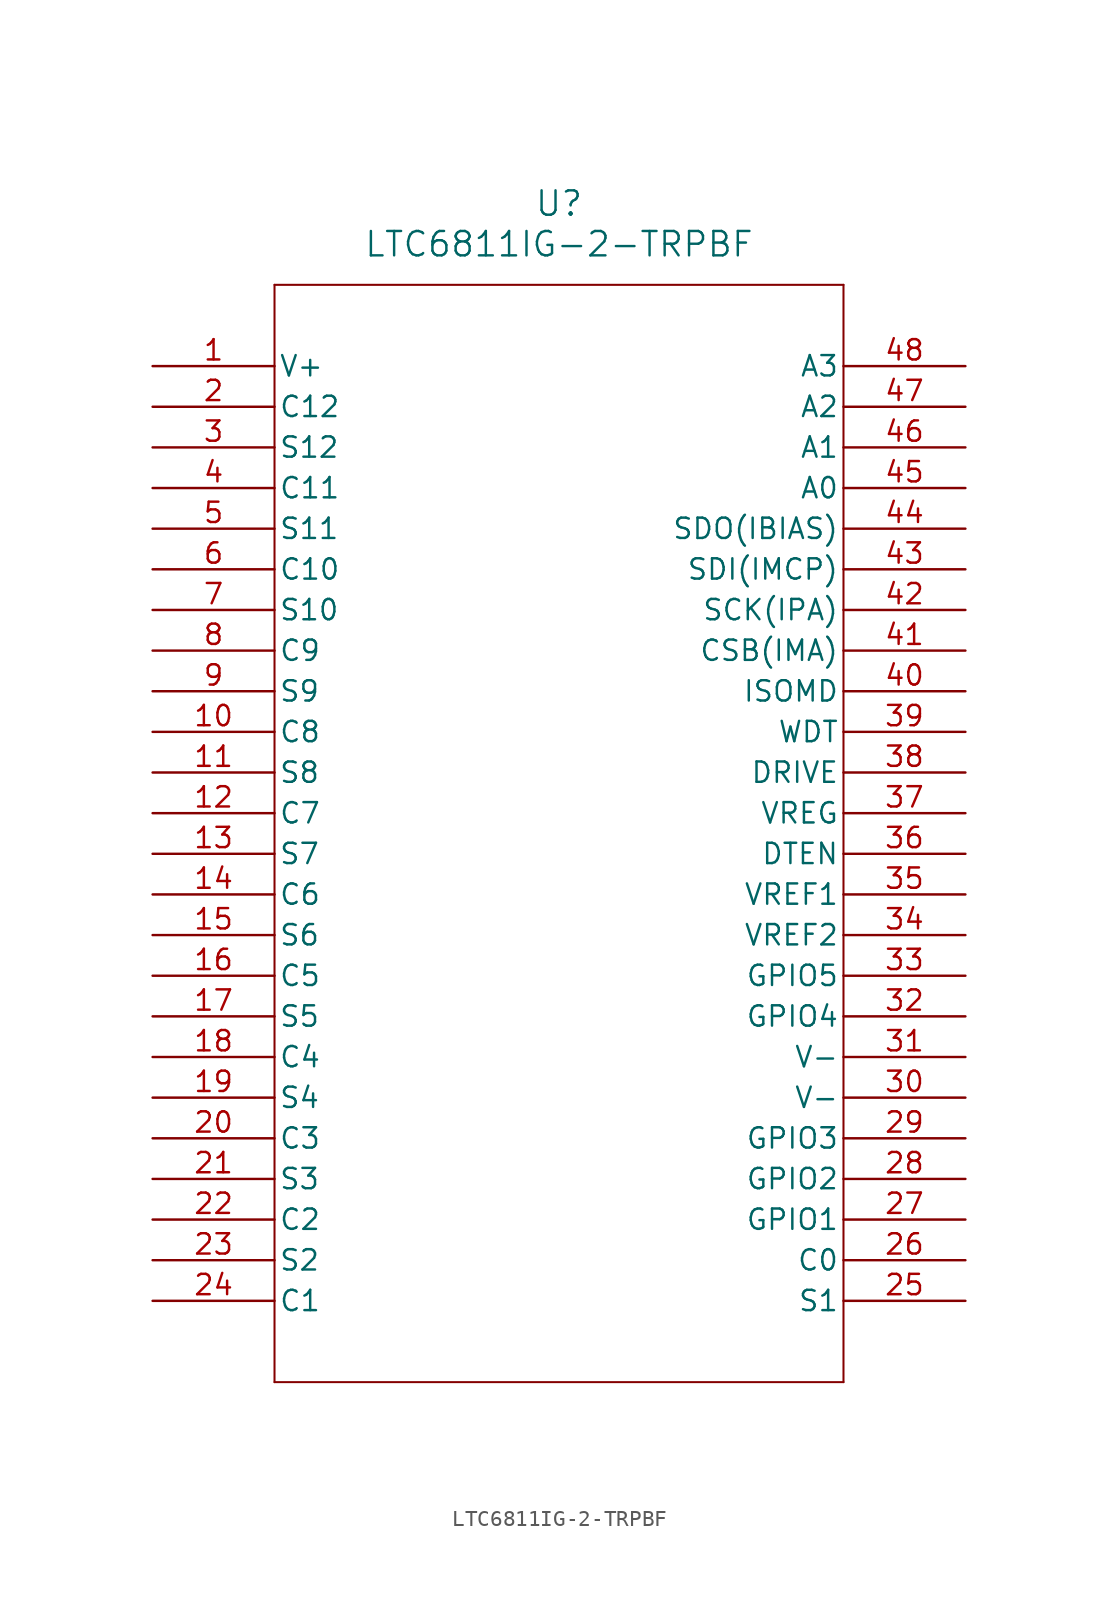
<source format=kicad_sym>
(kicad_symbol_lib
  (version 20231120)
  (generator "kicad_symbol_editor")
  (generator_version "8.0")
  (symbol "LTC6811IG-2-TRPBF"
    (pin_names
      (offset 0.254))
    (property "Reference" "U"
      (at 25.4 10.16 0)
      (effects (font (size 1.524 1.524))))
    (property "Value" "LTC6811IG-2-TRPBF"
      (at 25.4 7.62 0)
      (effects (font (size 1.524 1.524))))
    (symbol "LTC6811IG-2-TRPBF_0_1"
      (polyline (pts (xy 7.62 -63.5) (xy 43.18 -63.5)) (stroke (width 0.127) (type default)) (fill (type none)))
      (polyline (pts (xy 7.62 5.08) (xy 7.62 -63.5)) (stroke (width 0.127) (type default)) (fill (type none)))
      (polyline (pts (xy 43.18 -63.5) (xy 43.18 5.08)) (stroke (width 0.127) (type default)) (fill (type none)))
      (polyline (pts (xy 43.18 5.08) (xy 7.62 5.08)) (stroke (width 0.127) (type default)) (fill (type none)))
      (pin power_in line (at 0 0 0) (length 7.62) (name "V+" (effects (font (size 1.27 1.27)))) (number "1" (effects (font (size 1.27 1.27)))))
      (pin input line (at 0 -22.86 0) (length 7.62) (name "C8" (effects (font (size 1.27 1.27)))) (number "10" (effects (font (size 1.27 1.27)))))
      (pin bidirectional line (at 0 -25.4 0) (length 7.62) (name "S8" (effects (font (size 1.27 1.27)))) (number "11" (effects (font (size 1.27 1.27)))))
      (pin input line (at 0 -27.94 0) (length 7.62) (name "C7" (effects (font (size 1.27 1.27)))) (number "12" (effects (font (size 1.27 1.27)))))
      (pin bidirectional line (at 0 -30.48 0) (length 7.62) (name "S7" (effects (font (size 1.27 1.27)))) (number "13" (effects (font (size 1.27 1.27)))))
      (pin input line (at 0 -33.02 0) (length 7.62) (name "C6" (effects (font (size 1.27 1.27)))) (number "14" (effects (font (size 1.27 1.27)))))
      (pin bidirectional line (at 0 -35.56 0) (length 7.62) (name "S6" (effects (font (size 1.27 1.27)))) (number "15" (effects (font (size 1.27 1.27)))))
      (pin input line (at 0 -38.1 0) (length 7.62) (name "C5" (effects (font (size 1.27 1.27)))) (number "16" (effects (font (size 1.27 1.27)))))
      (pin bidirectional line (at 0 -40.64 0) (length 7.62) (name "S5" (effects (font (size 1.27 1.27)))) (number "17" (effects (font (size 1.27 1.27)))))
      (pin input line (at 0 -43.18 0) (length 7.62) (name "C4" (effects (font (size 1.27 1.27)))) (number "18" (effects (font (size 1.27 1.27)))))
      (pin bidirectional line (at 0 -45.72 0) (length 7.62) (name "S4" (effects (font (size 1.27 1.27)))) (number "19" (effects (font (size 1.27 1.27)))))
      (pin input line (at 0 -2.54 0) (length 7.62) (name "C12" (effects (font (size 1.27 1.27)))) (number "2" (effects (font (size 1.27 1.27)))))
      (pin input line (at 0 -48.26 0) (length 7.62) (name "C3" (effects (font (size 1.27 1.27)))) (number "20" (effects (font (size 1.27 1.27)))))
      (pin bidirectional line (at 0 -50.8 0) (length 7.62) (name "S3" (effects (font (size 1.27 1.27)))) (number "21" (effects (font (size 1.27 1.27)))))
      (pin input line (at 0 -53.34 0) (length 7.62) (name "C2" (effects (font (size 1.27 1.27)))) (number "22" (effects (font (size 1.27 1.27)))))
      (pin bidirectional line (at 0 -55.88 0) (length 7.62) (name "S2" (effects (font (size 1.27 1.27)))) (number "23" (effects (font (size 1.27 1.27)))))
      (pin input line (at 0 -58.42 0) (length 7.62) (name "C1" (effects (font (size 1.27 1.27)))) (number "24" (effects (font (size 1.27 1.27)))))
      (pin bidirectional line (at 50.8 -58.42 180) (length 7.62) (name "S1" (effects (font (size 1.27 1.27)))) (number "25" (effects (font (size 1.27 1.27)))))
      (pin input line (at 50.8 -55.88 180) (length 7.62) (name "C0" (effects (font (size 1.27 1.27)))) (number "26" (effects (font (size 1.27 1.27)))))
      (pin bidirectional line (at 50.8 -53.34 180) (length 7.62) (name "GPIO1" (effects (font (size 1.27 1.27)))) (number "27" (effects (font (size 1.27 1.27)))))
      (pin bidirectional line (at 50.8 -50.8 180) (length 7.62) (name "GPIO2" (effects (font (size 1.27 1.27)))) (number "28" (effects (font (size 1.27 1.27)))))
      (pin bidirectional line (at 50.8 -48.26 180) (length 7.62) (name "GPIO3" (effects (font (size 1.27 1.27)))) (number "29" (effects (font (size 1.27 1.27)))))
      (pin bidirectional line (at 0 -5.08 0) (length 7.62) (name "S12" (effects (font (size 1.27 1.27)))) (number "3" (effects (font (size 1.27 1.27)))))
      (pin power_in line (at 50.8 -45.72 180) (length 7.62) (name "V-" (effects (font (size 1.27 1.27)))) (number "30" (effects (font (size 1.27 1.27)))))
      (pin power_in line (at 50.8 -43.18 180) (length 7.62) (name "V-" (effects (font (size 1.27 1.27)))) (number "31" (effects (font (size 1.27 1.27)))))
      (pin bidirectional line (at 50.8 -40.64 180) (length 7.62) (name "GPIO4" (effects (font (size 1.27 1.27)))) (number "32" (effects (font (size 1.27 1.27)))))
      (pin bidirectional line (at 50.8 -38.1 180) (length 7.62) (name "GPIO5" (effects (font (size 1.27 1.27)))) (number "33" (effects (font (size 1.27 1.27)))))
      (pin power_in line (at 50.8 -35.56 180) (length 7.62) (name "VREF2" (effects (font (size 1.27 1.27)))) (number "34" (effects (font (size 1.27 1.27)))))
      (pin power_in line (at 50.8 -33.02 180) (length 7.62) (name "VREF1" (effects (font (size 1.27 1.27)))) (number "35" (effects (font (size 1.27 1.27)))))
      (pin input line (at 50.8 -30.48 180) (length 7.62) (name "DTEN" (effects (font (size 1.27 1.27)))) (number "36" (effects (font (size 1.27 1.27)))))
      (pin power_in line (at 50.8 -27.94 180) (length 7.62) (name "VREG" (effects (font (size 1.27 1.27)))) (number "37" (effects (font (size 1.27 1.27)))))
      (pin power_in line (at 50.8 -25.4 180) (length 7.62) (name "DRIVE" (effects (font (size 1.27 1.27)))) (number "38" (effects (font (size 1.27 1.27)))))
      (pin output line (at 50.8 -22.86 180) (length 7.62) (name "WDT" (effects (font (size 1.27 1.27)))) (number "39" (effects (font (size 1.27 1.27)))))
      (pin input line (at 0 -7.62 0) (length 7.62) (name "C11" (effects (font (size 1.27 1.27)))) (number "4" (effects (font (size 1.27 1.27)))))
      (pin unspecified line (at 50.8 -20.32 180) (length 7.62) (name "ISOMD" (effects (font (size 1.27 1.27)))) (number "40" (effects (font (size 1.27 1.27)))))
      (pin bidirectional line (at 50.8 -17.78 180) (length 7.62) (name "CSB(IMA)" (effects (font (size 1.27 1.27)))) (number "41" (effects (font (size 1.27 1.27)))))
      (pin bidirectional line (at 50.8 -15.24 180) (length 7.62) (name "SCK(IPA)" (effects (font (size 1.27 1.27)))) (number "42" (effects (font (size 1.27 1.27)))))
      (pin unspecified line (at 50.8 -12.7 180) (length 7.62) (name "SDI(IMCP)" (effects (font (size 1.27 1.27)))) (number "43" (effects (font (size 1.27 1.27)))))
      (pin unspecified line (at 50.8 -10.16 180) (length 7.62) (name "SDO(IBIAS)" (effects (font (size 1.27 1.27)))) (number "44" (effects (font (size 1.27 1.27)))))
      (pin input line (at 50.8 -7.62 180) (length 7.62) (name "A0" (effects (font (size 1.27 1.27)))) (number "45" (effects (font (size 1.27 1.27)))))
      (pin input line (at 50.8 -5.08 180) (length 7.62) (name "A1" (effects (font (size 1.27 1.27)))) (number "46" (effects (font (size 1.27 1.27)))))
      (pin input line (at 50.8 -2.54 180) (length 7.62) (name "A2" (effects (font (size 1.27 1.27)))) (number "47" (effects (font (size 1.27 1.27)))))
      (pin input line (at 50.8 0 180) (length 7.62) (name "A3" (effects (font (size 1.27 1.27)))) (number "48" (effects (font (size 1.27 1.27)))))
      (pin bidirectional line (at 0 -10.16 0) (length 7.62) (name "S11" (effects (font (size 1.27 1.27)))) (number "5" (effects (font (size 1.27 1.27)))))
      (pin input line (at 0 -12.7 0) (length 7.62) (name "C10" (effects (font (size 1.27 1.27)))) (number "6" (effects (font (size 1.27 1.27)))))
      (pin bidirectional line (at 0 -15.24 0) (length 7.62) (name "S10" (effects (font (size 1.27 1.27)))) (number "7" (effects (font (size 1.27 1.27)))))
      (pin input line (at 0 -17.78 0) (length 7.62) (name "C9" (effects (font (size 1.27 1.27)))) (number "8" (effects (font (size 1.27 1.27)))))
      (pin bidirectional line (at 0 -20.32 0) (length 7.62) (name "S9" (effects (font (size 1.27 1.27)))) (number "9" (effects (font (size 1.27 1.27))))))))
</source>
